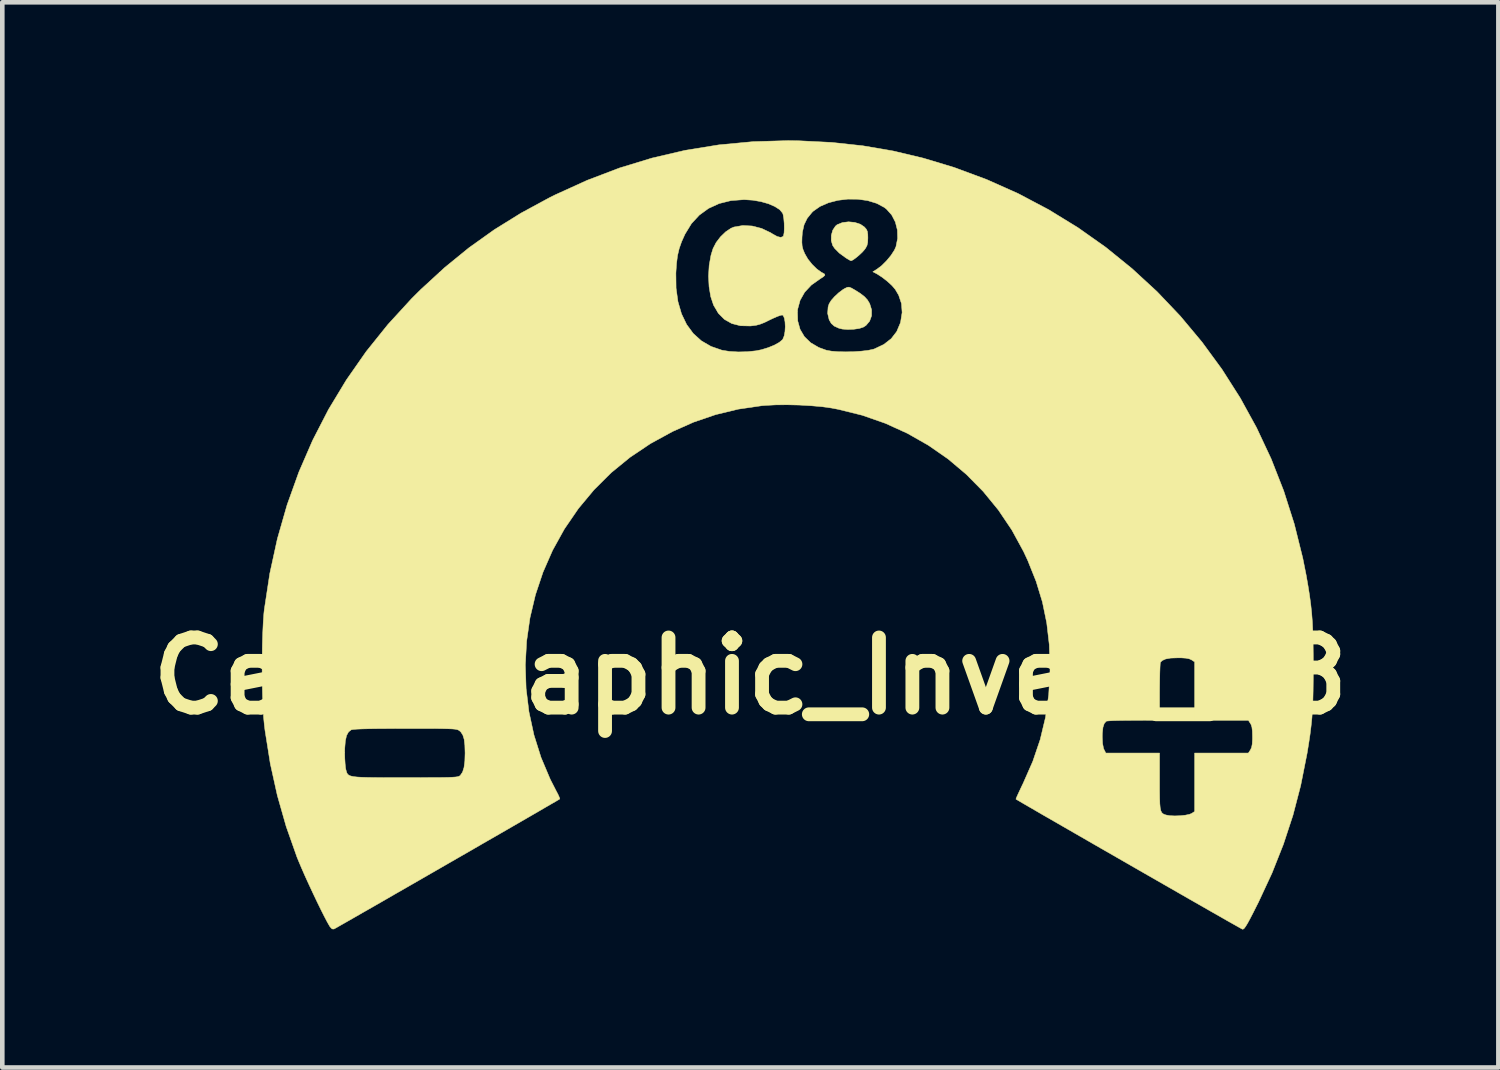
<source format=kicad_pcb>
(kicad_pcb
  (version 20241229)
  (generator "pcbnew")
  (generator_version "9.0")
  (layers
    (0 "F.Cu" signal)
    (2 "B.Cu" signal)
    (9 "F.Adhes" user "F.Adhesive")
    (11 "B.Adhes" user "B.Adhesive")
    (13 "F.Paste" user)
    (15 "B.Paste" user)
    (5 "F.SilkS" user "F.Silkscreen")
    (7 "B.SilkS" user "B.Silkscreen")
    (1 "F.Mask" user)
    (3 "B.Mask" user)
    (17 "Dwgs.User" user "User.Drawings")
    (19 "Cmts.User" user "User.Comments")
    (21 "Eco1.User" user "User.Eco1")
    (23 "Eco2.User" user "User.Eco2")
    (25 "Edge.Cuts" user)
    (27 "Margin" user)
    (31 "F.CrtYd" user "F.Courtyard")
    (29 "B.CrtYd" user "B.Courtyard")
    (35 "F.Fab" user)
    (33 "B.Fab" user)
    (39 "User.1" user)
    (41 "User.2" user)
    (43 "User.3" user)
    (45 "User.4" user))
  (footprint "Cell_Graphic_Invert_C8"
    (layer "F.Cu")
    (at 13.252 11.634)
    (property "Reference" "Cell_Graphic_Invert_C8" (at 0 0 0) (layer "F.SilkS") (effects (font (size 1.524 1.524) (thickness 0.3))))
    (attr through_hole)
    (fp_poly (pts (xy 2.192 -8.428) (xy 2.256 -8.392) (xy 2.386 -8.311) (xy 2.479 -8.239) (xy 2.545 -8.167) (xy 2.593 -8.086) (xy 2.634 -7.953) (xy 2.633 -7.823) (xy 2.591 -7.707) (xy 2.512 -7.614) (xy 2.457 -7.578) (xy 2.367 -7.548) (xy 2.247 -7.531) (xy 2.117 -7.526) (xy 1.998 -7.535) (xy 1.924 -7.553) (xy 1.823 -7.599) (xy 1.758 -7.656) (xy 1.713 -7.735) (xy 1.711 -7.74) (xy 1.679 -7.875) (xy 1.689 -8.016) (xy 1.711 -8.084) (xy 1.756 -8.157) (xy 1.831 -8.242) (xy 1.922 -8.326) (xy 2.014 -8.395) (xy 2.056 -8.419) (xy 2.105 -8.442) (xy 2.144 -8.446) (xy 2.192 -8.428)) (stroke (width 0.01) (type solid)) (fill yes) (layer "F.SilkS"))
    (fp_poly (pts (xy 2.269 -9.852) (xy 2.391 -9.812) (xy 2.477 -9.753) (xy 2.519 -9.705) (xy 2.542 -9.657) (xy 2.551 -9.591) (xy 2.553 -9.516) (xy 2.549 -9.419) (xy 2.534 -9.351) (xy 2.502 -9.291) (xy 2.48 -9.261) (xy 2.429 -9.203) (xy 2.362 -9.14) (xy 2.292 -9.082) (xy 2.231 -9.038) (xy 2.19 -9.019) (xy 2.187 -9.018) (xy 2.158 -9.032) (xy 2.103 -9.064) (xy 2.07 -9.085) (xy 1.932 -9.186) (xy 1.831 -9.288) (xy 1.788 -9.352) (xy 1.757 -9.457) (xy 1.759 -9.573) (xy 1.79 -9.683) (xy 1.848 -9.771) (xy 1.886 -9.803) (xy 2 -9.849) (xy 2.133 -9.865) (xy 2.269 -9.852)) (stroke (width 0.01) (type solid)) (fill yes) (layer "F.SilkS"))
    (fp_poly (pts (xy 1.067 -11.625) (xy 1.768 -11.59) (xy 2.444 -11.517) (xy 3.103 -11.404) (xy 3.755 -11.249) (xy 4.409 -11.052) (xy 4.42 -11.049) (xy 5.134 -10.784) (xy 5.822 -10.477) (xy 6.484 -10.127) (xy 7.118 -9.738) (xy 7.722 -9.311) (xy 8.294 -8.847) (xy 8.835 -8.349) (xy 9.341 -7.817) (xy 9.812 -7.253) (xy 10.247 -6.659) (xy 10.643 -6.037) (xy 10.999 -5.389) (xy 11.315 -4.715) (xy 11.588 -4.018) (xy 11.817 -3.299) (xy 12.001 -2.56) (xy 12.076 -2.184) (xy 12.116 -1.954) (xy 12.149 -1.746) (xy 12.175 -1.552) (xy 12.195 -1.362) (xy 12.21 -1.166) (xy 12.22 -0.954) (xy 12.226 -0.718) (xy 12.229 -0.448) (xy 12.23 -0.216) (xy 12.229 0.075) (xy 12.226 0.324) (xy 12.221 0.541) (xy 12.212 0.734) (xy 12.2 0.914) (xy 12.182 1.089) (xy 12.16 1.268) (xy 12.131 1.462) (xy 12.096 1.678) (xy 12.089 1.714) (xy 11.956 2.383) (xy 11.788 3.028) (xy 11.581 3.658) (xy 11.333 4.284) (xy 11.039 4.916) (xy 11.016 4.961) (xy 10.927 5.138) (xy 10.857 5.273) (xy 10.803 5.373) (xy 10.762 5.44) (xy 10.732 5.482) (xy 10.709 5.501) (xy 10.691 5.504) (xy 10.691 5.504) (xy 10.665 5.49) (xy 10.599 5.453) (xy 10.496 5.395) (xy 10.359 5.318) (xy 10.192 5.222) (xy 9.998 5.112) (xy 9.78 4.987) (xy 9.543 4.852) (xy 9.289 4.706) (xy 9.022 4.553) (xy 8.745 4.394) (xy 8.462 4.232) (xy 8.177 4.068) (xy 7.892 3.904) (xy 7.611 3.743) (xy 7.337 3.585) (xy 7.075 3.434) (xy 6.827 3.291) (xy 6.596 3.158) (xy 6.387 3.038) (xy 6.203 2.931) (xy 6.046 2.84) (xy 5.922 2.768) (xy 5.832 2.715) (xy 5.781 2.685) (xy 5.77 2.678) (xy 5.777 2.654) (xy 5.804 2.593) (xy 5.846 2.502) (xy 5.899 2.39) (xy 5.927 2.332) (xy 6.136 1.857) (xy 6.297 1.383) (xy 6.312 1.32) (xy 7.645 1.32) (xy 7.652 1.468) (xy 7.672 1.572) (xy 7.684 1.601) (xy 7.723 1.676) (xy 8.89 1.676) (xy 8.89 2.294) (xy 8.89 2.498) (xy 8.892 2.657) (xy 8.896 2.778) (xy 8.904 2.866) (xy 8.917 2.927) (xy 8.936 2.968) (xy 8.962 2.994) (xy 8.996 3.011) (xy 9.03 3.022) (xy 9.112 3.037) (xy 9.22 3.042) (xy 9.338 3.038) (xy 9.451 3.026) (xy 9.541 3.007) (xy 9.586 2.989) (xy 9.652 2.945) (xy 9.652 1.676) (xy 10.819 1.676) (xy 10.864 1.608) (xy 10.889 1.555) (xy 10.903 1.482) (xy 10.909 1.376) (xy 10.909 1.321) (xy 10.906 1.198) (xy 10.896 1.113) (xy 10.876 1.053) (xy 10.864 1.034) (xy 10.819 0.965) (xy 9.652 0.965) (xy 9.652 -0.304) (xy 9.585 -0.348) (xy 9.534 -0.371) (xy 9.463 -0.385) (xy 9.36 -0.392) (xy 9.286 -0.392) (xy 9.132 -0.387) (xy 9.021 -0.367) (xy 8.947 -0.333) (xy 8.909 -0.295) (xy 8.904 -0.262) (xy 8.9 -0.187) (xy 8.896 -0.075) (xy 8.893 0.066) (xy 8.891 0.228) (xy 8.89 0.349) (xy 8.89 0.965) (xy 8.325 0.966) (xy 8.159 0.967) (xy 8.011 0.969) (xy 7.886 0.972) (xy 7.794 0.977) (xy 7.741 0.982) (xy 7.732 0.985) (xy 7.688 1.035) (xy 7.66 1.12) (xy 7.647 1.246) (xy 7.645 1.32) (xy 6.312 1.32) (xy 6.412 0.902) (xy 6.482 0.408) (xy 6.51 -0.109) (xy 6.51 -0.178) (xy 6.494 -0.677) (xy 6.439 -1.149) (xy 6.345 -1.605) (xy 6.208 -2.054) (xy 6.027 -2.506) (xy 5.934 -2.705) (xy 5.681 -3.169) (xy 5.388 -3.604) (xy 5.058 -4.007) (xy 4.692 -4.378) (xy 4.295 -4.713) (xy 3.867 -5.01) (xy 3.412 -5.269) (xy 2.933 -5.487) (xy 2.432 -5.662) (xy 1.911 -5.791) (xy 1.765 -5.819) (xy 1.561 -5.848) (xy 1.322 -5.869) (xy 1.064 -5.884) (xy 0.801 -5.89) (xy 0.55 -5.888) (xy 0.325 -5.876) (xy 0.25 -5.87) (xy -0.262 -5.795) (xy -0.754 -5.676) (xy -1.234 -5.512) (xy -1.689 -5.31) (xy -2.17 -5.047) (xy -2.614 -4.749) (xy -3.023 -4.415) (xy -3.396 -4.044) (xy -3.735 -3.637) (xy -4.04 -3.192) (xy -4.044 -3.185) (xy -4.297 -2.728) (xy -4.505 -2.253) (xy -4.669 -1.763) (xy -4.788 -1.261) (xy -4.861 -0.752) (xy -4.889 -0.239) (xy -4.872 0.274) (xy -4.81 0.782) (xy -4.702 1.283) (xy -4.548 1.772) (xy -4.348 2.246) (xy -4.221 2.494) (xy -4.178 2.576) (xy -4.15 2.639) (xy -4.14 2.672) (xy -4.141 2.674) (xy -4.165 2.689) (xy -4.23 2.728) (xy -4.333 2.787) (xy -4.469 2.866) (xy -4.635 2.963) (xy -4.829 3.075) (xy -5.045 3.2) (xy -5.282 3.337) (xy -5.535 3.483) (xy -5.802 3.636) (xy -6.078 3.796) (xy -6.36 3.958) (xy -6.645 4.122) (xy -6.93 4.286) (xy -7.211 4.448) (xy -7.484 4.605) (xy -7.746 4.755) (xy -7.993 4.898) (xy -8.223 5.03) (xy -8.432 5.149) (xy -8.616 5.255) (xy -8.772 5.344) (xy -8.897 5.415) (xy -8.986 5.466) (xy -9.037 5.494) (xy -9.048 5.5) (xy -9.088 5.497) (xy -9.131 5.452) (xy -9.144 5.432) (xy -9.192 5.348) (xy -9.256 5.226) (xy -9.332 5.075) (xy -9.416 4.903) (xy -9.504 4.718) (xy -9.592 4.529) (xy -9.676 4.345) (xy -9.751 4.174) (xy -9.814 4.025) (xy -9.85 3.937) (xy -10.085 3.271) (xy -10.277 2.597) (xy -10.43 1.906) (xy -10.467 1.671) (xy -8.814 1.671) (xy -8.811 1.794) (xy -8.804 1.909) (xy -8.795 1.999) (xy -8.787 2.038) (xy -8.776 2.077) (xy -8.765 2.11) (xy -8.748 2.137) (xy -8.722 2.158) (xy -8.682 2.175) (xy -8.623 2.188) (xy -8.542 2.197) (xy -8.434 2.203) (xy -8.295 2.207) (xy -8.121 2.209) (xy -7.906 2.21) (xy -7.647 2.21) (xy -7.5 2.21) (xy -7.228 2.21) (xy -7.002 2.209) (xy -6.818 2.209) (xy -6.672 2.207) (xy -6.557 2.205) (xy -6.471 2.201) (xy -6.409 2.197) (xy -6.365 2.191) (xy -6.336 2.183) (xy -6.317 2.174) (xy -6.303 2.163) (xy -6.301 2.161) (xy -6.253 2.091) (xy -6.221 1.989) (xy -6.203 1.849) (xy -6.198 1.676) (xy -6.203 1.506) (xy -6.218 1.378) (xy -6.247 1.285) (xy -6.29 1.219) (xy -6.316 1.195) (xy -6.334 1.182) (xy -6.354 1.172) (xy -6.382 1.164) (xy -6.423 1.157) (xy -6.481 1.152) (xy -6.561 1.149) (xy -6.668 1.146) (xy -6.806 1.144) (xy -6.98 1.143) (xy -7.195 1.143) (xy -7.455 1.143) (xy -7.495 1.143) (xy -7.8 1.144) (xy -8.057 1.145) (xy -8.266 1.148) (xy -8.43 1.152) (xy -8.551 1.157) (xy -8.631 1.164) (xy -8.67 1.171) (xy -8.672 1.172) (xy -8.73 1.218) (xy -8.773 1.296) (xy -8.799 1.413) (xy -8.812 1.571) (xy -8.814 1.671) (xy -10.467 1.671) (xy -10.544 1.189) (xy -10.559 1.067) (xy -10.576 0.894) (xy -10.589 0.679) (xy -10.598 0.434) (xy -10.604 0.166) (xy -10.607 -0.114) (xy -10.606 -0.396) (xy -10.602 -0.671) (xy -10.594 -0.93) (xy -10.583 -1.163) (xy -10.569 -1.359) (xy -10.559 -1.448) (xy -10.441 -2.223) (xy -10.276 -2.979) (xy -10.065 -3.715) (xy -9.809 -4.429) (xy -9.509 -5.12) (xy -9.165 -5.788) (xy -8.777 -6.43) (xy -8.347 -7.046) (xy -7.874 -7.635) (xy -7.36 -8.196) (xy -7.16 -8.395) (xy -6.773 -8.75) (xy -1.618 -8.75) (xy -1.614 -8.425) (xy -1.573 -8.13) (xy -1.496 -7.866) (xy -1.385 -7.635) (xy -1.241 -7.439) (xy -1.064 -7.279) (xy -0.855 -7.158) (xy -0.616 -7.075) (xy -0.615 -7.075) (xy -0.452 -7.049) (xy -0.261 -7.038) (xy -0.062 -7.043) (xy 0.126 -7.063) (xy 0.239 -7.086) (xy 0.389 -7.132) (xy 0.521 -7.186) (xy 0.627 -7.245) (xy 0.696 -7.302) (xy 0.706 -7.317) (xy 0.735 -7.388) (xy 0.752 -7.482) (xy 0.758 -7.587) (xy 0.753 -7.689) (xy 0.738 -7.774) (xy 0.712 -7.829) (xy 0.696 -7.84) (xy 0.66 -7.835) (xy 0.589 -7.81) (xy 0.497 -7.77) (xy 0.425 -7.736) (xy 0.305 -7.677) (xy 0.21 -7.64) (xy 0.124 -7.617) (xy 0.028 -7.605) (xy -0.001 -7.602) (xy -0.215 -7.607) (xy -0.403 -7.655) (xy -0.563 -7.745) (xy -0.695 -7.877) (xy -0.718 -7.917) (xy 1.023 -7.917) (xy 1.029 -7.712) (xy 1.08 -7.529) (xy 1.174 -7.37) (xy 1.31 -7.238) (xy 1.486 -7.135) (xy 1.651 -7.075) (xy 1.761 -7.055) (xy 1.905 -7.043) (xy 2.071 -7.04) (xy 2.244 -7.043) (xy 2.411 -7.055) (xy 2.558 -7.072) (xy 2.673 -7.097) (xy 2.697 -7.105) (xy 2.899 -7.201) (xy 3.06 -7.326) (xy 3.179 -7.48) (xy 3.257 -7.664) (xy 3.264 -7.687) (xy 3.297 -7.895) (xy 3.283 -8.089) (xy 3.222 -8.271) (xy 3.148 -8.397) (xy 3.078 -8.479) (xy 2.978 -8.571) (xy 2.864 -8.66) (xy 2.753 -8.732) (xy 2.734 -8.742) (xy 2.661 -8.78) (xy 2.751 -8.836) (xy 2.854 -8.914) (xy 2.959 -9.019) (xy 3.055 -9.135) (xy 3.129 -9.249) (xy 3.163 -9.324) (xy 3.199 -9.504) (xy 3.194 -9.686) (xy 3.15 -9.86) (xy 3.07 -10.015) (xy 2.956 -10.142) (xy 2.91 -10.178) (xy 2.742 -10.267) (xy 2.548 -10.326) (xy 2.336 -10.356) (xy 2.117 -10.358) (xy 1.901 -10.332) (xy 1.697 -10.279) (xy 1.515 -10.2) (xy 1.366 -10.096) (xy 1.34 -10.071) (xy 1.235 -9.942) (xy 1.167 -9.802) (xy 1.13 -9.638) (xy 1.122 -9.534) (xy 1.119 -9.421) (xy 1.125 -9.338) (xy 1.144 -9.264) (xy 1.179 -9.179) (xy 1.183 -9.171) (xy 1.249 -9.056) (xy 1.341 -8.941) (xy 1.444 -8.84) (xy 1.545 -8.767) (xy 1.568 -8.756) (xy 1.612 -8.73) (xy 1.619 -8.704) (xy 1.584 -8.67) (xy 1.518 -8.628) (xy 1.326 -8.492) (xy 1.18 -8.336) (xy 1.081 -8.161) (xy 1.028 -7.968) (xy 1.023 -7.917) (xy -0.718 -7.917) (xy -0.797 -8.05) (xy -0.799 -8.053) (xy -0.861 -8.239) (xy -0.897 -8.454) (xy -0.909 -8.686) (xy -0.895 -8.919) (xy -0.855 -9.141) (xy -0.811 -9.284) (xy -0.744 -9.414) (xy -0.649 -9.539) (xy -0.537 -9.647) (xy -0.421 -9.725) (xy -0.356 -9.752) (xy -0.164 -9.785) (xy 0.04 -9.774) (xy 0.245 -9.721) (xy 0.439 -9.629) (xy 0.483 -9.601) (xy 0.583 -9.546) (xy 0.66 -9.527) (xy 0.709 -9.546) (xy 0.721 -9.565) (xy 0.733 -9.629) (xy 0.737 -9.723) (xy 0.735 -9.832) (xy 0.726 -9.937) (xy 0.712 -10.02) (xy 0.7 -10.055) (xy 0.637 -10.13) (xy 0.531 -10.198) (xy 0.392 -10.258) (xy 0.23 -10.304) (xy 0.052 -10.335) (xy -0.132 -10.347) (xy -0.14 -10.347) (xy -0.421 -10.326) (xy -0.678 -10.262) (xy -0.908 -10.157) (xy -1.109 -10.011) (xy -1.28 -9.826) (xy -1.417 -9.602) (xy -1.422 -9.593) (xy -1.494 -9.433) (xy -1.546 -9.285) (xy -1.582 -9.133) (xy -1.604 -8.962) (xy -1.618 -8.756) (xy -1.618 -8.75) (xy -6.773 -8.75) (xy -6.643 -8.87) (xy -6.114 -9.301) (xy -5.563 -9.694) (xy -4.983 -10.054) (xy -4.367 -10.388) (xy -4.245 -10.449) (xy -3.548 -10.766) (xy -2.845 -11.034) (xy -2.134 -11.251) (xy -1.414 -11.419) (xy -0.683 -11.537) (xy 0.061 -11.607) (xy 0.819 -11.629) (xy 1.067 -11.625)) (stroke (width 0.01) (type solid)) (fill yes) (layer "F.SilkS")))
  (gr_rect
    (start -3 -3)
    (end 29.503 20.142)
    (stroke (width 0.1) (type default))
    (fill no)
    (layer "Edge.Cuts")))
</source>
